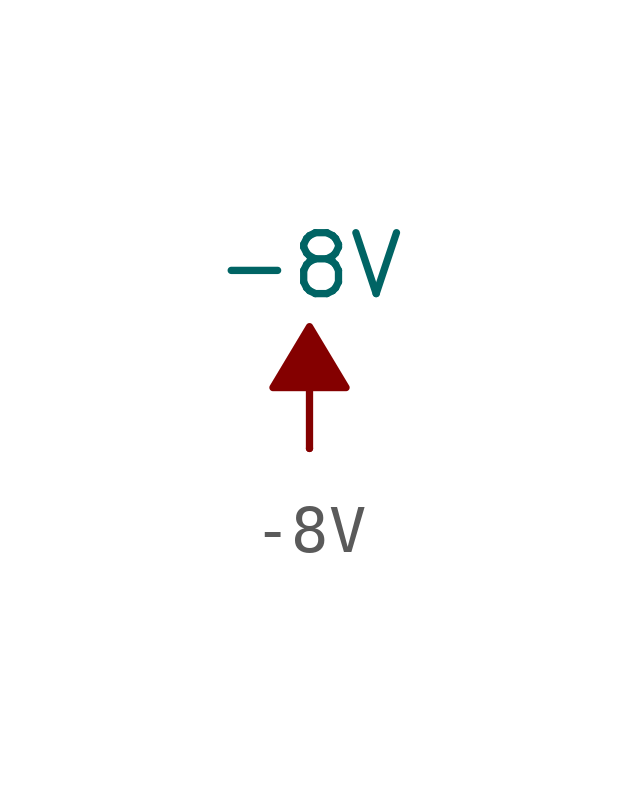
<source format=kicad_sym>
(kicad_symbol_lib
  (version 20231120)
  (generator "kicad_symbol_editor")
  (generator_version "8.0")
  (symbol "-8V"
    (power)
    (pin_numbers hide)
    (pin_names
      (offset 0) hide)
    (property "Reference" "#PWR"
      (at 0 2.54 0)
      (effects (font (size 1.27 1.27)) (hide yes)))
    (property "Value" "-8V"
      (at 0 3.81 0)
      (effects (font (size 1.27 1.27))))
    (symbol "-8V_0_0"
      (pin power_in line (at 0 0 90) (length 0) (name "~" (effects (font (size 1.27 1.27)))) (number "1" (effects (font (size 1.27 1.27))))))
    (symbol "-8V_0_1"
      (polyline (pts (xy 0 0) (xy 0 1.27) (xy 0.762 1.27) (xy 0 2.54) (xy -0.762 1.27) (xy 0 1.27)) (stroke (width 0) (type default)) (fill (type outline))))))
</source>
